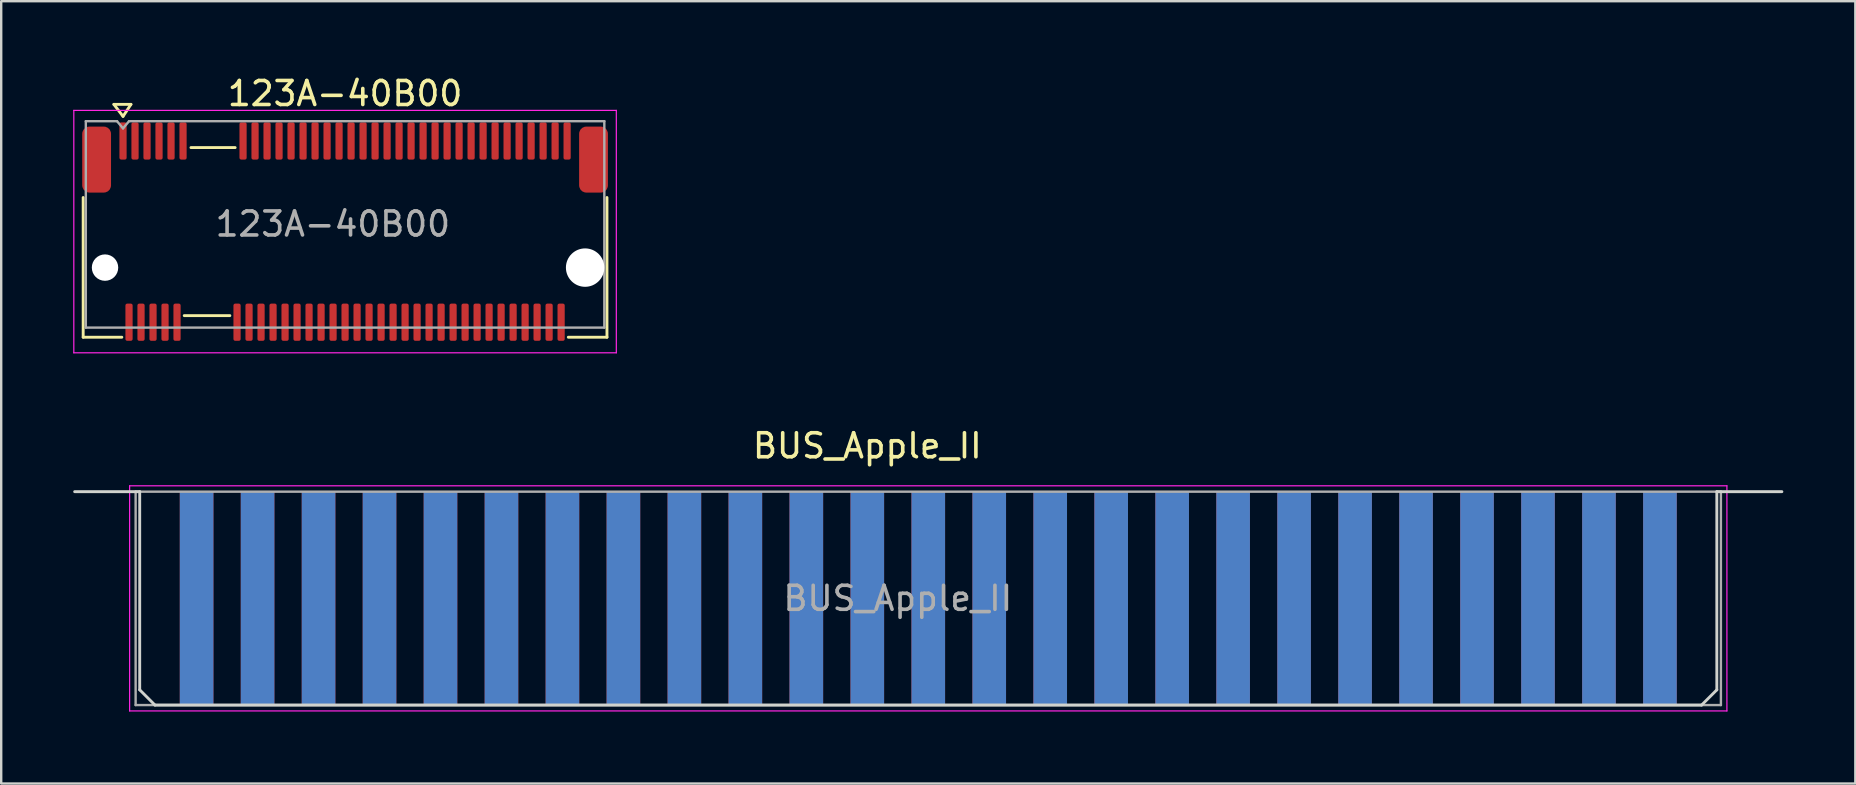
<source format=kicad_pcb>
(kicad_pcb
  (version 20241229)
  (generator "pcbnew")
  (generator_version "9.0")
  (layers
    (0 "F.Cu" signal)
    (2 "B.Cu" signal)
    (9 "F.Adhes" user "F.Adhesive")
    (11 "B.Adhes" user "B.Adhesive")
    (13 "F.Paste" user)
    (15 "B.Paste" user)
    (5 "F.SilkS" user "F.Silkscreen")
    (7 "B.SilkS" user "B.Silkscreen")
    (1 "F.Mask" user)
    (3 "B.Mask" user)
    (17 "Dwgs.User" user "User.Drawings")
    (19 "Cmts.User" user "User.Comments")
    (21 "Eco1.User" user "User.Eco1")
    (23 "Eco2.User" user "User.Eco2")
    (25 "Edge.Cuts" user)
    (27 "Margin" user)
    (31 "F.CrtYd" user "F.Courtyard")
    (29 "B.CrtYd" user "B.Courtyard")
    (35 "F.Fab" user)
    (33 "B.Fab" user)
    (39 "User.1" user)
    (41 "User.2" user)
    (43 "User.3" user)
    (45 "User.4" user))
  (footprint "123A-40B00"
    (layer "F.Cu")
    (at 11.325 6.298)
    (property "Reference" "123A-40B00" (at 0 -5.45 0) (layer "F.SilkS") (effects (font (size 1 1) (thickness 0.15))))
    (attr smd)
    (fp_line (start -10.91 -1.12) (end -10.91 4.7) (stroke (width 0.12) (type solid)) (layer "F.SilkS"))
    (fp_line (start -10.91 4.7) (end -9.3 4.7) (stroke (width 0.12) (type solid)) (layer "F.SilkS"))
    (fp_line (start -9.63 -5) (end -9.25 -4.5) (stroke (width 0.12) (type solid)) (layer "F.SilkS"))
    (fp_line (start -9.63 -5) (end -8.92 -5) (stroke (width 0.12) (type solid)) (layer "F.SilkS"))
    (fp_line (start -8.92 -5) (end -9.25 -4.5) (stroke (width 0.12) (type solid)) (layer "F.SilkS"))
    (fp_line (start -4.8 3.8) (end -6.7 3.8) (stroke (width 0.12) (type solid)) (layer "F.SilkS"))
    (fp_line (start -4.58 -3.2) (end -6.42 -3.2) (stroke (width 0.12) (type solid)) (layer "F.SilkS"))
    (fp_line (start 10.91 -1.12) (end 10.91 4.7) (stroke (width 0.12) (type solid)) (layer "F.SilkS"))
    (fp_line (start 10.91 4.7) (end 9.3 4.7) (stroke (width 0.12) (type solid)) (layer "F.SilkS"))
    (fp_line (start -11.3 -4.75) (end 11.3 -4.75) (stroke (width 0.05) (type solid)) (layer "F.CrtYd"))
    (fp_line (start -11.3 5.35) (end -11.3 -4.75) (stroke (width 0.05) (type solid)) (layer "F.CrtYd"))
    (fp_line (start 11.3 -4.75) (end 11.3 5.35) (stroke (width 0.05) (type solid)) (layer "F.CrtYd"))
    (fp_line (start 11.3 5.35) (end -11.3 5.35) (stroke (width 0.05) (type solid)) (layer "F.CrtYd"))
    (fp_line (start -10.8 4.3) (end -10.8 -4.3) (stroke (width 0.1) (type solid)) (layer "F.Fab"))
    (fp_line (start -9.5 -4.3) (end -10.8 -4.3) (stroke (width 0.1) (type solid)) (layer "F.Fab"))
    (fp_line (start -9.25 -4) (end -9.5 -4.3) (stroke (width 0.1) (type solid)) (layer "F.Fab"))
    (fp_line (start -9 -4.3) (end -9.25 -4) (stroke (width 0.1) (type solid)) (layer "F.Fab"))
    (fp_line (start -9 -4.3) (end 10.8 -4.3) (stroke (width 0.1) (type solid)) (layer "F.Fab"))
    (fp_line (start 10.8 -4.3) (end 10.8 4.3) (stroke (width 0.1) (type solid)) (layer "F.Fab"))
    (fp_line (start 10.8 4.3) (end -10.8 4.3) (stroke (width 0.1) (type solid)) (layer "F.Fab"))
    (fp_text user "${REFERENCE}" (at -5.49 0.57 0) (unlocked yes) (layer "F.Fab") (effects (font (size 1 1) (thickness 0.15)) (justify left bottom)))
    (pad "" np_thru_hole circle (at -10 1.8) (size 1.1 1.1) (drill 1.15) (layers "*.Cu" "*.Mask"))
    (pad "" np_thru_hole circle (at 10 1.8) (size 1.6 1.6) (drill 1.65) (layers "*.Cu" "*.Mask"))
    (pad "1" smd roundrect (at -9.25 -3.475) (size 0.3 1.55) (layers "F.Cu" "F.Mask" "F.Paste") (roundrect_rratio 0.25))
    (pad "2" smd roundrect (at -9 4.075) (size 0.3 1.55) (layers "F.Cu" "F.Mask" "F.Paste") (roundrect_rratio 0.25))
    (pad "3" smd roundrect (at -8.75 -3.475) (size 0.3 1.55) (layers "F.Cu" "F.Mask" "F.Paste") (roundrect_rratio 0.25))
    (pad "4" smd roundrect (at -8.5 4.075) (size 0.3 1.55) (layers "F.Cu" "F.Mask" "F.Paste") (roundrect_rratio 0.25))
    (pad "5" smd roundrect (at -8.25 -3.475) (size 0.3 1.55) (layers "F.Cu" "F.Mask" "F.Paste") (roundrect_rratio 0.25))
    (pad "6" smd roundrect (at -8 4.075) (size 0.3 1.55) (layers "F.Cu" "F.Mask" "F.Paste") (roundrect_rratio 0.25))
    (pad "7" smd roundrect (at -7.75 -3.475) (size 0.3 1.55) (layers "F.Cu" "F.Mask" "F.Paste") (roundrect_rratio 0.25))
    (pad "8" smd roundrect (at -7.5 4.075) (size 0.3 1.55) (layers "F.Cu" "F.Mask" "F.Paste") (roundrect_rratio 0.25))
    (pad "9" smd roundrect (at -7.25 -3.475) (size 0.3 1.55) (layers "F.Cu" "F.Mask" "F.Paste") (roundrect_rratio 0.25))
    (pad "10" smd roundrect (at -7 4.075) (size 0.3 1.55) (layers "F.Cu" "F.Mask" "F.Paste") (roundrect_rratio 0.25))
    (pad "11" smd roundrect (at -6.75 -3.475) (size 0.3 1.55) (layers "F.Cu" "F.Mask" "F.Paste") (roundrect_rratio 0.25))
    (pad "20" smd roundrect (at -4.5 4.075) (size 0.3 1.55) (layers "F.Cu" "F.Mask" "F.Paste") (roundrect_rratio 0.25))
    (pad "21" smd roundrect (at -4.25 -3.475) (size 0.3 1.55) (layers "F.Cu" "F.Mask" "F.Paste") (roundrect_rratio 0.25))
    (pad "22" smd roundrect (at -4 4.075) (size 0.3 1.55) (layers "F.Cu" "F.Mask" "F.Paste") (roundrect_rratio 0.25))
    (pad "23" smd roundrect (at -3.75 -3.475) (size 0.3 1.55) (layers "F.Cu" "F.Mask" "F.Paste") (roundrect_rratio 0.25))
    (pad "24" smd roundrect (at -3.5 4.075) (size 0.3 1.55) (layers "F.Cu" "F.Mask" "F.Paste") (roundrect_rratio 0.25))
    (pad "25" smd roundrect (at -3.25 -3.475) (size 0.3 1.55) (layers "F.Cu" "F.Mask" "F.Paste") (roundrect_rratio 0.25))
    (pad "26" smd roundrect (at -3 4.075) (size 0.3 1.55) (layers "F.Cu" "F.Mask" "F.Paste") (roundrect_rratio 0.25))
    (pad "27" smd roundrect (at -2.75 -3.475) (size 0.3 1.55) (layers "F.Cu" "F.Mask" "F.Paste") (roundrect_rratio 0.25))
    (pad "28" smd roundrect (at -2.5 4.075) (size 0.3 1.55) (layers "F.Cu" "F.Mask" "F.Paste") (roundrect_rratio 0.25))
    (pad "29" smd roundrect (at -2.25 -3.475) (size 0.3 1.55) (layers "F.Cu" "F.Mask" "F.Paste") (roundrect_rratio 0.25))
    (pad "30" smd roundrect (at -2 4.075) (size 0.3 1.55) (layers "F.Cu" "F.Mask" "F.Paste") (roundrect_rratio 0.25))
    (pad "31" smd roundrect (at -1.75 -3.475) (size 0.3 1.55) (layers "F.Cu" "F.Mask" "F.Paste") (roundrect_rratio 0.25))
    (pad "32" smd roundrect (at -1.5 4.075) (size 0.3 1.55) (layers "F.Cu" "F.Mask" "F.Paste") (roundrect_rratio 0.25))
    (pad "33" smd roundrect (at -1.25 -3.475) (size 0.3 1.55) (layers "F.Cu" "F.Mask" "F.Paste") (roundrect_rratio 0.25))
    (pad "34" smd roundrect (at -1 4.075) (size 0.3 1.55) (layers "F.Cu" "F.Mask" "F.Paste") (roundrect_rratio 0.25))
    (pad "35" smd roundrect (at -0.75 -3.475) (size 0.3 1.55) (layers "F.Cu" "F.Mask" "F.Paste") (roundrect_rratio 0.25))
    (pad "36" smd roundrect (at -0.5 4.075) (size 0.3 1.55) (layers "F.Cu" "F.Mask" "F.Paste") (roundrect_rratio 0.25))
    (pad "37" smd roundrect (at -0.25 -3.475) (size 0.3 1.55) (layers "F.Cu" "F.Mask" "F.Paste") (roundrect_rratio 0.25))
    (pad "38" smd roundrect (at 0 4.075) (size 0.3 1.55) (layers "F.Cu" "F.Mask" "F.Paste") (roundrect_rratio 0.25))
    (pad "39" smd roundrect (at 0.25 -3.475) (size 0.3 1.55) (layers "F.Cu" "F.Mask" "F.Paste") (roundrect_rratio 0.25))
    (pad "40" smd roundrect (at 0.5 4.075) (size 0.3 1.55) (layers "F.Cu" "F.Mask" "F.Paste") (roundrect_rratio 0.25))
    (pad "41" smd roundrect (at 0.75 -3.475) (size 0.3 1.55) (layers "F.Cu" "F.Mask" "F.Paste") (roundrect_rratio 0.25))
    (pad "42" smd roundrect (at 1 4.075) (size 0.3 1.55) (layers "F.Cu" "F.Mask" "F.Paste") (roundrect_rratio 0.25))
    (pad "43" smd roundrect (at 1.25 -3.475) (size 0.3 1.55) (layers "F.Cu" "F.Mask" "F.Paste") (roundrect_rratio 0.25))
    (pad "44" smd roundrect (at 1.5 4.075) (size 0.3 1.55) (layers "F.Cu" "F.Mask" "F.Paste") (roundrect_rratio 0.25))
    (pad "45" smd roundrect (at 1.75 -3.475) (size 0.3 1.55) (layers "F.Cu" "F.Mask" "F.Paste") (roundrect_rratio 0.25))
    (pad "46" smd roundrect (at 2 4.075) (size 0.3 1.55) (layers "F.Cu" "F.Mask" "F.Paste") (roundrect_rratio 0.25))
    (pad "47" smd roundrect (at 2.25 -3.475) (size 0.3 1.55) (layers "F.Cu" "F.Mask" "F.Paste") (roundrect_rratio 0.25))
    (pad "48" smd roundrect (at 2.5 4.075) (size 0.3 1.55) (layers "F.Cu" "F.Mask" "F.Paste") (roundrect_rratio 0.25))
    (pad "49" smd roundrect (at 2.75 -3.475) (size 0.3 1.55) (layers "F.Cu" "F.Mask" "F.Paste") (roundrect_rratio 0.25))
    (pad "50" smd roundrect (at 3 4.075) (size 0.3 1.55) (layers "F.Cu" "F.Mask" "F.Paste") (roundrect_rratio 0.25))
    (pad "51" smd roundrect (at 3.25 -3.475) (size 0.3 1.55) (layers "F.Cu" "F.Mask" "F.Paste") (roundrect_rratio 0.25))
    (pad "52" smd roundrect (at 3.5 4.075) (size 0.3 1.55) (layers "F.Cu" "F.Mask" "F.Paste") (roundrect_rratio 0.25))
    (pad "53" smd roundrect (at 3.75 -3.475) (size 0.3 1.55) (layers "F.Cu" "F.Mask" "F.Paste") (roundrect_rratio 0.25))
    (pad "54" smd roundrect (at 4 4.075) (size 0.3 1.55) (layers "F.Cu" "F.Mask" "F.Paste") (roundrect_rratio 0.25))
    (pad "55" smd roundrect (at 4.25 -3.475) (size 0.3 1.55) (layers "F.Cu" "F.Mask" "F.Paste") (roundrect_rratio 0.25))
    (pad "56" smd roundrect (at 4.5 4.075) (size 0.3 1.55) (layers "F.Cu" "F.Mask" "F.Paste") (roundrect_rratio 0.25))
    (pad "57" smd roundrect (at 4.75 -3.475) (size 0.3 1.55) (layers "F.Cu" "F.Mask" "F.Paste") (roundrect_rratio 0.25))
    (pad "58" smd roundrect (at 5 4.075) (size 0.3 1.55) (layers "F.Cu" "F.Mask" "F.Paste") (roundrect_rratio 0.25))
    (pad "59" smd roundrect (at 5.25 -3.475) (size 0.3 1.55) (layers "F.Cu" "F.Mask" "F.Paste") (roundrect_rratio 0.25))
    (pad "60" smd roundrect (at 5.5 4.075) (size 0.3 1.55) (layers "F.Cu" "F.Mask" "F.Paste") (roundrect_rratio 0.25))
    (pad "61" smd roundrect (at 5.75 -3.475) (size 0.3 1.55) (layers "F.Cu" "F.Mask" "F.Paste") (roundrect_rratio 0.25))
    (pad "62" smd roundrect (at 6 4.075) (size 0.3 1.55) (layers "F.Cu" "F.Mask" "F.Paste") (roundrect_rratio 0.25))
    (pad "63" smd roundrect (at 6.25 -3.475) (size 0.3 1.55) (layers "F.Cu" "F.Mask" "F.Paste") (roundrect_rratio 0.25))
    (pad "64" smd roundrect (at 6.5 4.075) (size 0.3 1.55) (layers "F.Cu" "F.Mask" "F.Paste") (roundrect_rratio 0.25))
    (pad "65" smd roundrect (at 6.75 -3.475) (size 0.3 1.55) (layers "F.Cu" "F.Mask" "F.Paste") (roundrect_rratio 0.25))
    (pad "66" smd roundrect (at 7 4.075) (size 0.3 1.55) (layers "F.Cu" "F.Mask" "F.Paste") (roundrect_rratio 0.25))
    (pad "67" smd roundrect (at 7.25 -3.475) (size 0.3 1.55) (layers "F.Cu" "F.Mask" "F.Paste") (roundrect_rratio 0.25))
    (pad "68" smd roundrect (at 7.5 4.075) (size 0.3 1.55) (layers "F.Cu" "F.Mask" "F.Paste") (roundrect_rratio 0.25))
    (pad "69" smd roundrect (at 7.75 -3.475) (size 0.3 1.55) (layers "F.Cu" "F.Mask" "F.Paste") (roundrect_rratio 0.25))
    (pad "70" smd roundrect (at 8 4.075) (size 0.3 1.55) (layers "F.Cu" "F.Mask" "F.Paste") (roundrect_rratio 0.25))
    (pad "71" smd roundrect (at 8.25 -3.475) (size 0.3 1.55) (layers "F.Cu" "F.Mask" "F.Paste") (roundrect_rratio 0.25))
    (pad "72" smd roundrect (at 8.5 4.075) (size 0.3 1.55) (layers "F.Cu" "F.Mask" "F.Paste") (roundrect_rratio 0.25))
    (pad "73" smd roundrect (at 8.75 -3.475) (size 0.3 1.55) (layers "F.Cu" "F.Mask" "F.Paste") (roundrect_rratio 0.25))
    (pad "74" smd roundrect (at 9 4.075) (size 0.3 1.55) (layers "F.Cu" "F.Mask" "F.Paste") (roundrect_rratio 0.25))
    (pad "75" smd roundrect (at 9.25 -3.475) (size 0.3 1.55) (layers "F.Cu" "F.Mask" "F.Paste") (roundrect_rratio 0.25))
    (pad "MP" smd roundrect (at -10.35 -2.7) (size 1.2 2.75) (layers "F.Cu" "F.Mask" "F.Paste") (roundrect_rratio 0.25))
    (pad "MP" smd roundrect (at 10.35 -2.7) (size 1.2 2.75) (layers "F.Cu" "F.Mask" "F.Paste") (roundrect_rratio 0.25)))
  (footprint "BUS_Apple_II"
    (layer "F.Cu")
    (at 5.14 21.877)
    (property "Reference" "BUS_Apple_II" (at 27.94 -6.355 0) (layer "F.SilkS") (effects (font (size 1 1) (thickness 0.15))))
    (attr exclude_from_pos_files exclude_from_bom)
    (fp_rect (start -2.54 -4.445) (end 63.5 4.445) (stroke (width 0.12) (type solid)) (fill yes) (layer "F.Mask"))
    (fp_rect (start -2.54 -4.445) (end 63.5 4.445) (stroke (width 0.12) (type solid)) (fill yes) (layer "B.Mask"))
    (fp_line (start -5.08 -4.445) (end -2.37 -4.445) (stroke (width 0.12) (type solid)) (layer "Edge.Cuts"))
    (fp_line (start -2.37 -4.445) (end -2.37 3.81) (stroke (width 0.12) (type solid)) (layer "Edge.Cuts"))
    (fp_line (start -2.37 3.81) (end -1.735 4.445) (stroke (width 0.12) (type solid)) (layer "Edge.Cuts"))
    (fp_line (start -1.735 4.445) (end 62.695 4.445) (stroke (width 0.12) (type solid)) (layer "Edge.Cuts"))
    (fp_line (start 62.695 4.445) (end 63.33 3.81) (stroke (width 0.12) (type solid)) (layer "Edge.Cuts"))
    (fp_line (start 63.33 -4.445) (end 66.04 -4.445) (stroke (width 0.12) (type solid)) (layer "Edge.Cuts"))
    (fp_line (start 63.33 3.81) (end 63.33 -4.445) (stroke (width 0.12) (type solid)) (layer "Edge.Cuts"))
    (fp_line (start -2.79 -4.69) (end -2.79 4.69) (stroke (width 0.05) (type solid)) (layer "F.CrtYd"))
    (fp_line (start -2.79 -4.69) (end 63.75 -4.69) (stroke (width 0.05) (type solid)) (layer "F.CrtYd"))
    (fp_line (start 63.75 4.69) (end -2.79 4.69) (stroke (width 0.05) (type solid)) (layer "F.CrtYd"))
    (fp_line (start 63.75 4.69) (end 63.75 -4.69) (stroke (width 0.05) (type solid)) (layer "F.CrtYd"))
    (fp_line (start -2.54 -4.445) (end 63.5 -4.445) (stroke (width 0.1) (type solid)) (layer "F.Fab"))
    (fp_line (start -2.54 4.445) (end -2.54 -4.445) (stroke (width 0.1) (type solid)) (layer "F.Fab"))
    (fp_line (start 63.5 -4.445) (end 63.5 4.445) (stroke (width 0.1) (type solid)) (layer "F.Fab"))
    (fp_line (start 63.5 4.445) (end -2.54 4.445) (stroke (width 0.1) (type solid)) (layer "F.Fab"))
    (fp_text user "${REFERENCE}" (at 29.21 0 0) (layer "F.Fab") (effects (font (size 1 1) (thickness 0.15))))
    (pad "1" connect rect (at 0 0) (size 1.4 8.89) (layers "F.Cu" "F.Mask"))
    (pad "2" connect rect (at 2.54 0) (size 1.4 8.89) (layers "F.Cu" "F.Mask"))
    (pad "3" connect rect (at 5.08 0) (size 1.4 8.89) (layers "F.Cu" "F.Mask"))
    (pad "4" connect rect (at 7.62 0) (size 1.4 8.89) (layers "F.Cu" "F.Mask"))
    (pad "5" connect rect (at 10.16 0) (size 1.4 8.89) (layers "F.Cu" "F.Mask"))
    (pad "6" connect rect (at 12.7 0) (size 1.4 8.89) (layers "F.Cu" "F.Mask"))
    (pad "7" connect rect (at 15.24 0) (size 1.4 8.89) (layers "F.Cu" "F.Mask"))
    (pad "8" connect rect (at 17.78 0) (size 1.4 8.89) (layers "F.Cu" "F.Mask"))
    (pad "9" connect rect (at 20.32 0) (size 1.4 8.89) (layers "F.Cu" "F.Mask"))
    (pad "10" connect rect (at 22.86 0) (size 1.4 8.89) (layers "F.Cu" "F.Mask"))
    (pad "11" connect rect (at 25.4 0) (size 1.4 8.89) (layers "F.Cu" "F.Mask"))
    (pad "12" connect rect (at 27.94 0) (size 1.4 8.89) (layers "F.Cu" "F.Mask"))
    (pad "13" connect rect (at 30.48 0) (size 1.4 8.89) (layers "F.Cu" "F.Mask"))
    (pad "14" connect rect (at 33.02 0) (size 1.4 8.89) (layers "F.Cu" "F.Mask"))
    (pad "15" connect rect (at 35.56 0) (size 1.4 8.89) (layers "F.Cu" "F.Mask"))
    (pad "16" connect rect (at 38.1 0) (size 1.4 8.89) (layers "F.Cu" "F.Mask"))
    (pad "17" connect rect (at 40.64 0) (size 1.4 8.89) (layers "F.Cu" "F.Mask"))
    (pad "18" connect rect (at 43.18 0) (size 1.4 8.89) (layers "F.Cu" "F.Mask"))
    (pad "19" connect rect (at 45.72 0) (size 1.4 8.89) (layers "F.Cu" "F.Mask"))
    (pad "20" connect rect (at 48.26 0) (size 1.4 8.89) (layers "F.Cu" "F.Mask"))
    (pad "21" connect rect (at 50.8 0) (size 1.4 8.89) (layers "F.Cu" "F.Mask"))
    (pad "22" connect rect (at 53.34 0) (size 1.4 8.89) (layers "F.Cu" "F.Mask"))
    (pad "23" connect rect (at 55.88 0) (size 1.4 8.89) (layers "F.Cu" "F.Mask"))
    (pad "24" connect rect (at 58.42 0) (size 1.4 8.89) (layers "F.Cu" "F.Mask"))
    (pad "25" connect rect (at 60.96 0) (size 1.4 8.89) (layers "F.Cu" "F.Mask"))
    (pad "26" connect rect (at 60.96 0) (size 1.4 8.89) (layers "B.Cu" "B.Mask"))
    (pad "27" connect rect (at 58.42 0) (size 1.4 8.89) (layers "B.Cu" "B.Mask"))
    (pad "28" connect rect (at 55.88 0) (size 1.4 8.89) (layers "B.Cu" "B.Mask"))
    (pad "29" connect rect (at 53.34 0) (size 1.4 8.89) (layers "B.Cu" "B.Mask"))
    (pad "30" connect rect (at 50.8 0) (size 1.4 8.89) (layers "B.Cu" "B.Mask"))
    (pad "31" connect rect (at 48.26 0) (size 1.4 8.89) (layers "B.Cu" "B.Mask"))
    (pad "32" connect rect (at 45.72 0) (size 1.4 8.89) (layers "B.Cu" "B.Mask"))
    (pad "33" connect rect (at 43.18 0) (size 1.4 8.89) (layers "B.Cu" "B.Mask"))
    (pad "34" connect rect (at 40.64 0) (size 1.4 8.89) (layers "B.Cu" "B.Mask"))
    (pad "35" connect rect (at 38.1 0) (size 1.4 8.89) (layers "B.Cu" "B.Mask"))
    (pad "36" connect rect (at 35.56 0) (size 1.4 8.89) (layers "B.Cu" "B.Mask"))
    (pad "37" connect rect (at 33.02 0) (size 1.4 8.89) (layers "B.Cu" "B.Mask"))
    (pad "38" connect rect (at 30.48 0) (size 1.4 8.89) (layers "B.Cu" "B.Mask"))
    (pad "39" connect rect (at 27.94 0) (size 1.4 8.89) (layers "B.Cu" "B.Mask"))
    (pad "40" connect rect (at 25.4 0) (size 1.4 8.89) (layers "B.Cu" "B.Mask"))
    (pad "41" connect rect (at 22.86 0) (size 1.4 8.89) (layers "B.Cu" "B.Mask"))
    (pad "42" connect rect (at 20.32 0) (size 1.4 8.89) (layers "B.Cu" "B.Mask"))
    (pad "43" connect rect (at 17.78 0) (size 1.4 8.89) (layers "B.Cu" "B.Mask"))
    (pad "44" connect rect (at 15.24 0) (size 1.4 8.89) (layers "B.Cu" "B.Mask"))
    (pad "45" connect rect (at 12.7 0) (size 1.4 8.89) (layers "B.Cu" "B.Mask"))
    (pad "46" connect rect (at 10.16 0) (size 1.4 8.89) (layers "B.Cu" "B.Mask"))
    (pad "47" connect rect (at 7.62 0) (size 1.4 8.89) (layers "B.Cu" "B.Mask"))
    (pad "48" connect rect (at 5.08 0) (size 1.4 8.89) (layers "B.Cu" "B.Mask"))
    (pad "49" connect rect (at 2.54 0) (size 1.4 8.89) (layers "B.Cu" "B.Mask"))
    (pad "50" connect rect (at 0 0) (size 1.4 8.89) (layers "B.Cu" "B.Mask")))
  (gr_rect
    (start -3 -3)
    (end 74.24 29.591)
    (stroke (width 0.1) (type default))
    (fill no)
    (layer "Edge.Cuts")))
</source>
